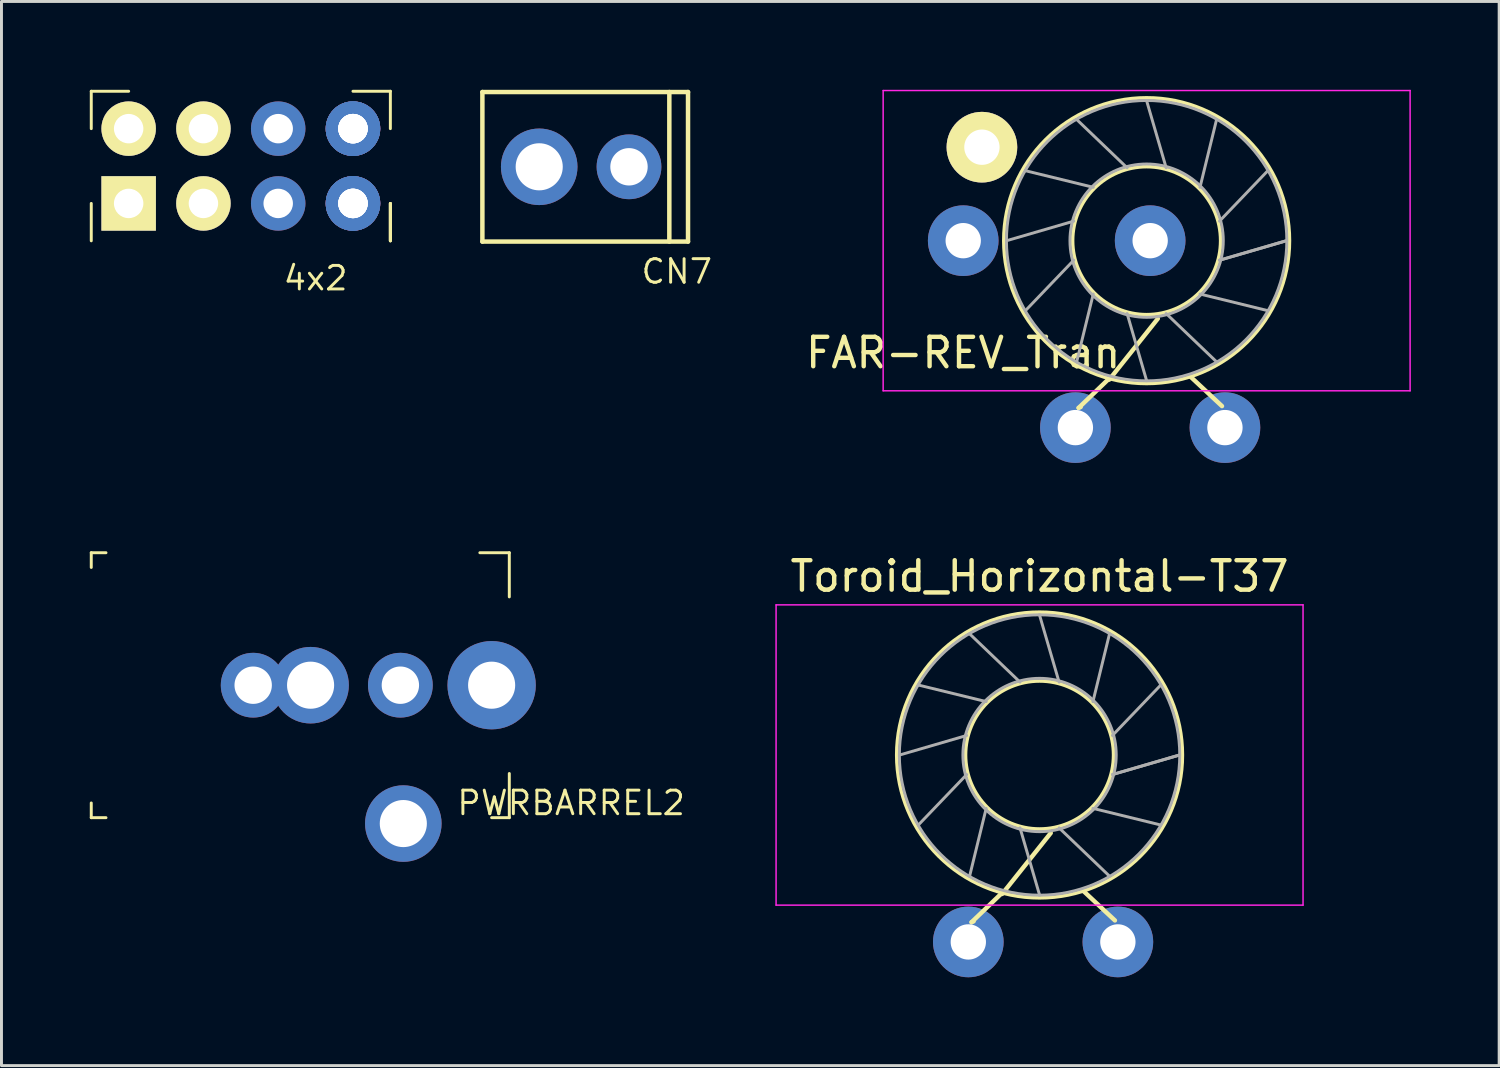
<source format=kicad_pcb>
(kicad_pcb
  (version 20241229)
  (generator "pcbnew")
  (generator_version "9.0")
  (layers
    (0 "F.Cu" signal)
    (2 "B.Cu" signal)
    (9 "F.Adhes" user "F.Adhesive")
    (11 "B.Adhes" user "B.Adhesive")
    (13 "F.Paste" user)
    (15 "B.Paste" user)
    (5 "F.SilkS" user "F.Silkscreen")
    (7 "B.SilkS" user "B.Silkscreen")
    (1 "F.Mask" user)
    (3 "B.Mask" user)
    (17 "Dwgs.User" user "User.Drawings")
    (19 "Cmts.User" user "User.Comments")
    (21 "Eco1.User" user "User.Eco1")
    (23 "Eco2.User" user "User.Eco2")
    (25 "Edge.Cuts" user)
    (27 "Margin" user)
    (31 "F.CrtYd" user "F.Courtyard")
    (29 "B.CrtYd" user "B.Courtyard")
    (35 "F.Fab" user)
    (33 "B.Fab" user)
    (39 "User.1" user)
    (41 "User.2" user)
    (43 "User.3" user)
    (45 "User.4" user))
  (footprint "CN7"
    (layer "F.Cu")
    (at 18.416 2.616)
    (property "Reference" "CN7" (at 1.524 3.556 0) (layer "F.SilkS") (effects (font (size 0.8 0.8) (thickness 0.1))))
    (attr through_hole)
    (fp_line (start -5.08 -2.54) (end -5.08 2.54) (stroke (width 0.152) (type solid)) (layer "F.SilkS"))
    (fp_line (start -5.08 2.54) (end 1.905 2.54) (stroke (width 0.152) (type solid)) (layer "F.SilkS"))
    (fp_line (start 1.27 -2.54) (end 1.27 2.54) (stroke (width 0.152) (type solid)) (layer "F.SilkS"))
    (fp_line (start 1.905 -2.54) (end -5.08 -2.54) (stroke (width 0.152) (type solid)) (layer "F.SilkS"))
    (fp_line (start 1.905 -2.54) (end 1.905 2.54) (stroke (width 0.152) (type solid)) (layer "F.SilkS"))
    (pad "1" thru_hole circle (at -0.1 0) (size 2.2 2.2) (drill 1.27) (layers "*.Cu" "*.Mask"))
    (pad "2" thru_hole circle (at -3.15 0) (size 2.6 2.6) (drill 1.6) (layers "*.Cu" "*.Mask")))
  (footprint "Toroid_Horizontal-T37"
    (layer "F.Cu")
    (at 24.762 22.596)
    (property "Reference" "Toroid_Horizontal-T37" (at 7.5 -6.072 0) (layer "F.SilkS") (effects (font (size 1 1) (thickness 0.15))))
    (attr through_hole)
    (fp_line (start 5.19 5.68) (end 5.26 5.65) (stroke (width 0.15) (type solid)) (layer "F.SilkS"))
    (fp_line (start 6.23 4.68) (end 5.19 5.68) (stroke (width 0.15) (type solid)) (layer "F.SilkS"))
    (fp_line (start 6.23 4.72) (end 7.88 2.65) (stroke (width 0.15) (type solid)) (layer "F.SilkS"))
    (fp_line (start 9 4.63) (end 10.06 5.62) (stroke (width 0.15) (type solid)) (layer "F.SilkS"))
    (fp_circle (center 7.5 0) (end 10.014 0) (stroke (width 0.12) (type solid)) (fill no) (layer "F.SilkS"))
    (fp_circle (center 7.5 0) (end 12.352 0) (stroke (width 0.12) (type solid)) (fill no) (layer "F.SilkS"))
    (fp_line (start -1.45 -5.1) (end -1.45 5.1) (stroke (width 0.05) (type solid)) (layer "F.CrtYd"))
    (fp_line (start -1.45 5.1) (end 16.45 5.1) (stroke (width 0.05) (type solid)) (layer "F.CrtYd"))
    (fp_line (start 16.45 -5.1) (end -1.45 -5.1) (stroke (width 0.05) (type solid)) (layer "F.CrtYd"))
    (fp_line (start 16.45 5.1) (end 16.45 -5.1) (stroke (width 0.05) (type solid)) (layer "F.CrtYd"))
    (fp_line (start 2.745 0.000441) (end 5.024 -0.663) (stroke (width 0.1) (type solid)) (layer "F.Fab"))
    (fp_line (start 3.381 -2.377) (end 5.687 -1.813) (stroke (width 0.1) (type solid)) (layer "F.Fab"))
    (fp_line (start 3.382 2.378) (end 5.024 0.664) (stroke (width 0.1) (type solid)) (layer "F.Fab"))
    (fp_line (start 5.122 -4.118) (end 6.836 -2.476) (stroke (width 0.1) (type solid)) (layer "F.Fab"))
    (fp_line (start 5.123 4.118) (end 5.687 1.813) (stroke (width 0.1) (type solid)) (layer "F.Fab"))
    (fp_line (start 7.499 -4.755) (end 8.163 -2.477) (stroke (width 0.1) (type solid)) (layer "F.Fab"))
    (fp_line (start 7.5 4.755) (end 6.837 2.476) (stroke (width 0.1) (type solid)) (layer "F.Fab"))
    (fp_line (start 9.877 -4.119) (end 9.313 -1.813) (stroke (width 0.1) (type solid)) (layer "F.Fab"))
    (fp_line (start 9.878 4.118) (end 8.164 2.476) (stroke (width 0.1) (type solid)) (layer "F.Fab"))
    (fp_line (start 11.618 -2.378) (end 9.976 -0.664) (stroke (width 0.1) (type solid)) (layer "F.Fab"))
    (fp_line (start 11.618 2.378) (end 9.313 1.813) (stroke (width 0.1) (type solid)) (layer "F.Fab"))
    (fp_line (start 12.255 -0.001) (end 9.977 0.663) (stroke (width 0.1) (type solid)) (layer "F.Fab"))
    (fp_line (start 12.255 0) (end 9.976 0.664) (stroke (width 0.1) (type solid)) (layer "F.Fab"))
    (fp_circle (center 7.5 0) (end 10.104 0) (stroke (width 0.1) (type solid)) (fill no) (layer "F.Fab"))
    (fp_circle (center 7.5 0) (end 12.262 0) (stroke (width 0.1) (type solid)) (fill no) (layer "F.Fab"))
    (pad "1" thru_hole circle (at 5.08 6.35) (size 2.4 2.4) (drill 1.2) (layers "*.Cu" "*.Mask"))
    (pad "2" thru_hole circle (at 10.16 6.35) (size 2.4 2.4) (drill 1.2) (layers "*.Cu" "*.Mask")))
  (footprint "4x2"
    (layer "F.Cu")
    (at 1.32 3.86)
    (property "Reference" "4x2" (at 6.35 2.54 0) (layer "F.SilkS") (effects (font (size 0.8 0.8) (thickness 0.1))))
    (attr through_hole)
    (fp_line (start -1.27 -3.81) (end -1.27 -2.54) (stroke (width 0.1) (type solid)) (layer "F.SilkS"))
    (fp_line (start -1.27 0) (end -1.27 1.27) (stroke (width 0.1) (type solid)) (layer "F.SilkS"))
    (fp_line (start 0 -3.81) (end -1.27 -3.81) (stroke (width 0.1) (type solid)) (layer "F.SilkS"))
    (fp_line (start 7.62 -3.81) (end 8.89 -3.81) (stroke (width 0.1) (type solid)) (layer "F.SilkS"))
    (fp_line (start 8.89 -3.81) (end 8.89 -2.54) (stroke (width 0.1) (type solid)) (layer "F.SilkS"))
    (fp_line (start 8.89 0) (end 8.89 1.27) (stroke (width 0.1) (type solid)) (layer "F.SilkS"))
    (fp_line (start 8.89 0) (end 8.89 1.27) (stroke (width 0.1) (type solid)) (layer "F.SilkS"))
    (fp_line (start 8.89 0) (end 8.89 1.27) (stroke (width 0.1) (type solid)) (layer "F.SilkS"))
    (pad "1" thru_hole rect (at 0 0) (size 1.85 1.85) (drill 1) (layers "*.Cu" "*.Mask" "F.SilkS"))
    (pad "2" thru_hole circle (at 0 -2.54) (size 1.85 1.85) (drill 1) (layers "*.Cu" "*.Mask" "F.SilkS"))
    (pad "3" thru_hole circle (at 2.54 0) (size 1.85 1.85) (drill 1) (layers "*.Cu" "*.Mask" "F.SilkS"))
    (pad "4" thru_hole circle (at 2.54 -2.54) (size 1.85 1.85) (drill 1) (layers "*.Cu" "*.Mask" "F.SilkS"))
    (pad "5" thru_hole circle (at 5.08 0) (size 1.85 1.85) (drill 1) (layers "*.Cu" "*.Mask"))
    (pad "6" thru_hole circle (at 5.08 -2.54) (size 1.85 1.85) (drill 1) (layers "*.Cu" "*.Mask"))
    (pad "7" thru_hole circle (at 7.62 0) (size 1.85 1.85) (drill 1) (layers "*.Cu" "*.Mask"))
    (pad "7" thru_hole circle (at 7.62 0) (size 1.85 1.85) (drill 1) (layers "*.Cu" "*.Mask"))
    (pad "7" thru_hole circle (at 7.62 0) (size 1.85 1.85) (drill 1) (layers "*.Cu" "*.Mask"))
    (pad "7" thru_hole circle (at 7.62 0) (size 1.85 1.85) (drill 1) (layers "*.Cu" "*.Mask"))
    (pad "8" thru_hole circle (at 7.62 -2.54) (size 1.85 1.85) (drill 1) (layers "*.Cu" "*.Mask"))
    (pad "8" thru_hole circle (at 7.62 -2.54) (size 1.85 1.85) (drill 1) (layers "*.Cu" "*.Mask"))
    (pad "8" thru_hole circle (at 7.62 -2.54) (size 1.85 1.85) (drill 1) (layers "*.Cu" "*.Mask"))
    (pad "8" thru_hole circle (at 7.62 -2.54) (size 1.85 1.85) (drill 1) (layers "*.Cu" "*.Mask")))
  (footprint "FAR-REV_Tran"
    (layer "F.Cu")
    (at 28.399 5.125)
    (property "Reference" "FAR-REV_Tran" (at 1.27 3.81 0) (layer "F.SilkS") (effects (font (size 1 1) (thickness 0.15))))
    (attr through_hole)
    (fp_line (start 5.19 5.68) (end 5.26 5.65) (stroke (width 0.15) (type solid)) (layer "F.SilkS"))
    (fp_line (start 6.23 4.68) (end 5.19 5.68) (stroke (width 0.15) (type solid)) (layer "F.SilkS"))
    (fp_line (start 6.23 4.72) (end 7.88 2.65) (stroke (width 0.15) (type solid)) (layer "F.SilkS"))
    (fp_line (start 9 4.63) (end 10.06 5.62) (stroke (width 0.15) (type solid)) (layer "F.SilkS"))
    (fp_circle (center 7.5 0) (end 10.014 0) (stroke (width 0.12) (type solid)) (fill no) (layer "F.SilkS"))
    (fp_circle (center 7.5 0) (end 12.352 0) (stroke (width 0.12) (type solid)) (fill no) (layer "F.SilkS"))
    (fp_line (start -1.45 -5.1) (end -1.45 5.1) (stroke (width 0.05) (type solid)) (layer "F.CrtYd"))
    (fp_line (start -1.45 5.1) (end 16.45 5.1) (stroke (width 0.05) (type solid)) (layer "F.CrtYd"))
    (fp_line (start 16.45 -5.1) (end -1.45 -5.1) (stroke (width 0.05) (type solid)) (layer "F.CrtYd"))
    (fp_line (start 16.45 5.1) (end 16.45 -5.1) (stroke (width 0.05) (type solid)) (layer "F.CrtYd"))
    (fp_line (start 2.745 0.000441) (end 5.024 -0.663) (stroke (width 0.1) (type solid)) (layer "F.Fab"))
    (fp_line (start 3.381 -2.377) (end 5.687 -1.813) (stroke (width 0.1) (type solid)) (layer "F.Fab"))
    (fp_line (start 3.382 2.378) (end 5.024 0.664) (stroke (width 0.1) (type solid)) (layer "F.Fab"))
    (fp_line (start 5.122 -4.118) (end 6.836 -2.476) (stroke (width 0.1) (type solid)) (layer "F.Fab"))
    (fp_line (start 5.123 4.118) (end 5.687 1.813) (stroke (width 0.1) (type solid)) (layer "F.Fab"))
    (fp_line (start 7.499 -4.755) (end 8.163 -2.477) (stroke (width 0.1) (type solid)) (layer "F.Fab"))
    (fp_line (start 7.5 4.755) (end 6.837 2.476) (stroke (width 0.1) (type solid)) (layer "F.Fab"))
    (fp_line (start 9.877 -4.119) (end 9.313 -1.813) (stroke (width 0.1) (type solid)) (layer "F.Fab"))
    (fp_line (start 9.878 4.118) (end 8.164 2.476) (stroke (width 0.1) (type solid)) (layer "F.Fab"))
    (fp_line (start 11.618 -2.378) (end 9.976 -0.664) (stroke (width 0.1) (type solid)) (layer "F.Fab"))
    (fp_line (start 11.618 2.378) (end 9.313 1.813) (stroke (width 0.1) (type solid)) (layer "F.Fab"))
    (fp_line (start 12.255 -0.001) (end 9.977 0.663) (stroke (width 0.1) (type solid)) (layer "F.Fab"))
    (fp_line (start 12.255 0) (end 9.976 0.664) (stroke (width 0.1) (type solid)) (layer "F.Fab"))
    (fp_circle (center 7.5 0) (end 10.104 0) (stroke (width 0.1) (type solid)) (fill no) (layer "F.Fab"))
    (fp_circle (center 7.5 0) (end 12.262 0) (stroke (width 0.1) (type solid)) (fill no) (layer "F.Fab"))
    (pad "1" thru_hole circle (at 1.27 0) (size 2.4 2.4) (drill 1.2) (layers "*.Cu" "*.Mask"))
    (pad "2" thru_hole circle (at 7.62 0) (size 2.4 2.4) (drill 1.2) (layers "*.Cu" "*.Mask"))
    (pad "3" thru_hole circle (at 10.16 6.35) (size 2.4 2.4) (drill 1.2) (layers "*.Cu" "*.Mask"))
    (pad "4" thru_hole circle (at 5.08 6.35) (size 2.4 2.4) (drill 1.2) (layers "*.Cu" "*.Mask"))
    (pad "5" thru_hole circle (at 1.905 -3.175) (size 2.4 2.4) (drill 1.2) (layers "*.Cu" "*.Mask" "F.SilkS")))
  (footprint "PWRBARREL2"
    (layer "F.Cu")
    (at 10.65 20.225)
    (property "Reference" "PWRBARREL2" (at 5.7 4 0) (layer "F.SilkS") (effects (font (size 0.8 0.8) (thickness 0.1))))
    (attr through_hole)
    (fp_line (start -10.6 -4.5) (end -10.1 -4.5) (stroke (width 0.1) (type solid)) (layer "F.SilkS"))
    (fp_line (start -10.6 -4) (end -10.6 -4.5) (stroke (width 0.1) (type solid)) (layer "F.SilkS"))
    (fp_line (start -10.6 4) (end -10.6 4.5) (stroke (width 0.1) (type solid)) (layer "F.SilkS"))
    (fp_line (start -10.6 4.5) (end -10.1 4.5) (stroke (width 0.1) (type solid)) (layer "F.SilkS"))
    (fp_line (start 3 4.5) (end 3.6 4.5) (stroke (width 0.1) (type solid)) (layer "F.SilkS"))
    (fp_line (start 3.6 -4.5) (end 2.6 -4.5) (stroke (width 0.1) (type solid)) (layer "F.SilkS"))
    (fp_line (start 3.6 -4.5) (end 3.6 -3) (stroke (width 0.1) (type solid)) (layer "F.SilkS"))
    (fp_line (start 3.6 4.5) (end 3.6 3) (stroke (width 0.1) (type solid)) (layer "F.SilkS"))
    (pad "1" thru_hole circle (at -0.1 0) (size 2.2 2.2) (drill 1.27) (layers "*.Cu" "*.Mask"))
    (pad "1" thru_hole circle (at 3 0) (size 3 3) (drill 1.6) (layers "*.Cu" "*.Mask"))
    (pad "2" thru_hole circle (at -5.1 0) (size 2.2 2.2) (drill 1.27) (layers "*.Cu" "*.Mask"))
    (pad "2" thru_hole circle (at -3.15 0) (size 2.6 2.6) (drill 1.6) (layers "*.Cu" "*.Mask"))
    (pad "2" thru_hole circle (at 0 4.7) (size 2.6 2.6) (drill 1.6) (layers "*.Cu" "*.Mask")))
  (gr_rect
    (start -3 -3)
    (end 47.874 33.146)
    (stroke (width 0.1) (type default))
    (fill no)
    (layer "Edge.Cuts")))
</source>
